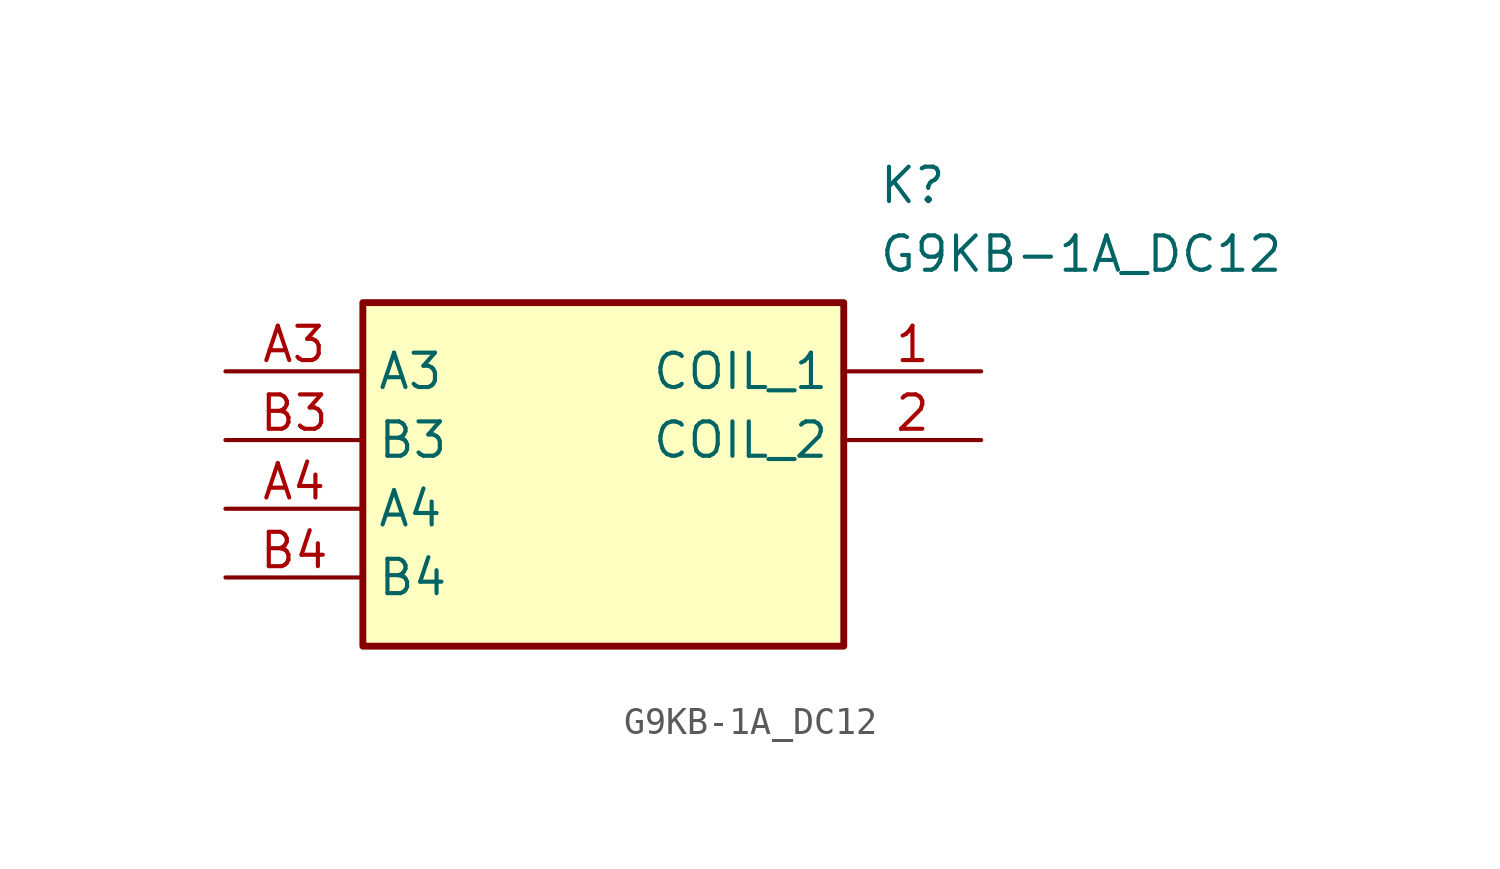
<source format=kicad_sym>
(kicad_symbol_lib
  (version 20211014)
  (generator SamacSys_ECAD_Model)
  (symbol "G9KB-1A_DC12"
    (property "Reference" "K"
      (at 24.13 7.62 0)
      (effects (font (size 1.27 1.27)) (justify left top)))
    (property "Value" "G9KB-1A_DC12"
      (at 24.13 5.08 0)
      (effects (font (size 1.27 1.27)) (justify left top)))
    (rectangle
      (start 5.08 2.54)
      (end 22.86 -10.16)
      (stroke (width 0.254) (type default))
      (fill (type background)))
    (pin passive line
      (at 27.94 0 180)
      (length 5.08)
      (name "COIL_1" (effects (font (size 1.27 1.27))))
      (number "1" (effects (font (size 1.27 1.27)))))
    (pin passive line
      (at 27.94 -2.54 180)
      (length 5.08)
      (name "COIL_2" (effects (font (size 1.27 1.27))))
      (number "2" (effects (font (size 1.27 1.27)))))
    (pin passive line
      (at 0 0 0)
      (length 5.08)
      (name "A3" (effects (font (size 1.27 1.27))))
      (number "A3" (effects (font (size 1.27 1.27)))))
    (pin passive line
      (at 0 -5.08 0)
      (length 5.08)
      (name "A4" (effects (font (size 1.27 1.27))))
      (number "A4" (effects (font (size 1.27 1.27)))))
    (pin passive line
      (at 0 -2.54 0)
      (length 5.08)
      (name "B3" (effects (font (size 1.27 1.27))))
      (number "B3" (effects (font (size 1.27 1.27)))))
    (pin passive line
      (at 0 -7.62 0)
      (length 5.08)
      (name "B4" (effects (font (size 1.27 1.27))))
      (number "B4" (effects (font (size 1.27 1.27)))))))
</source>
